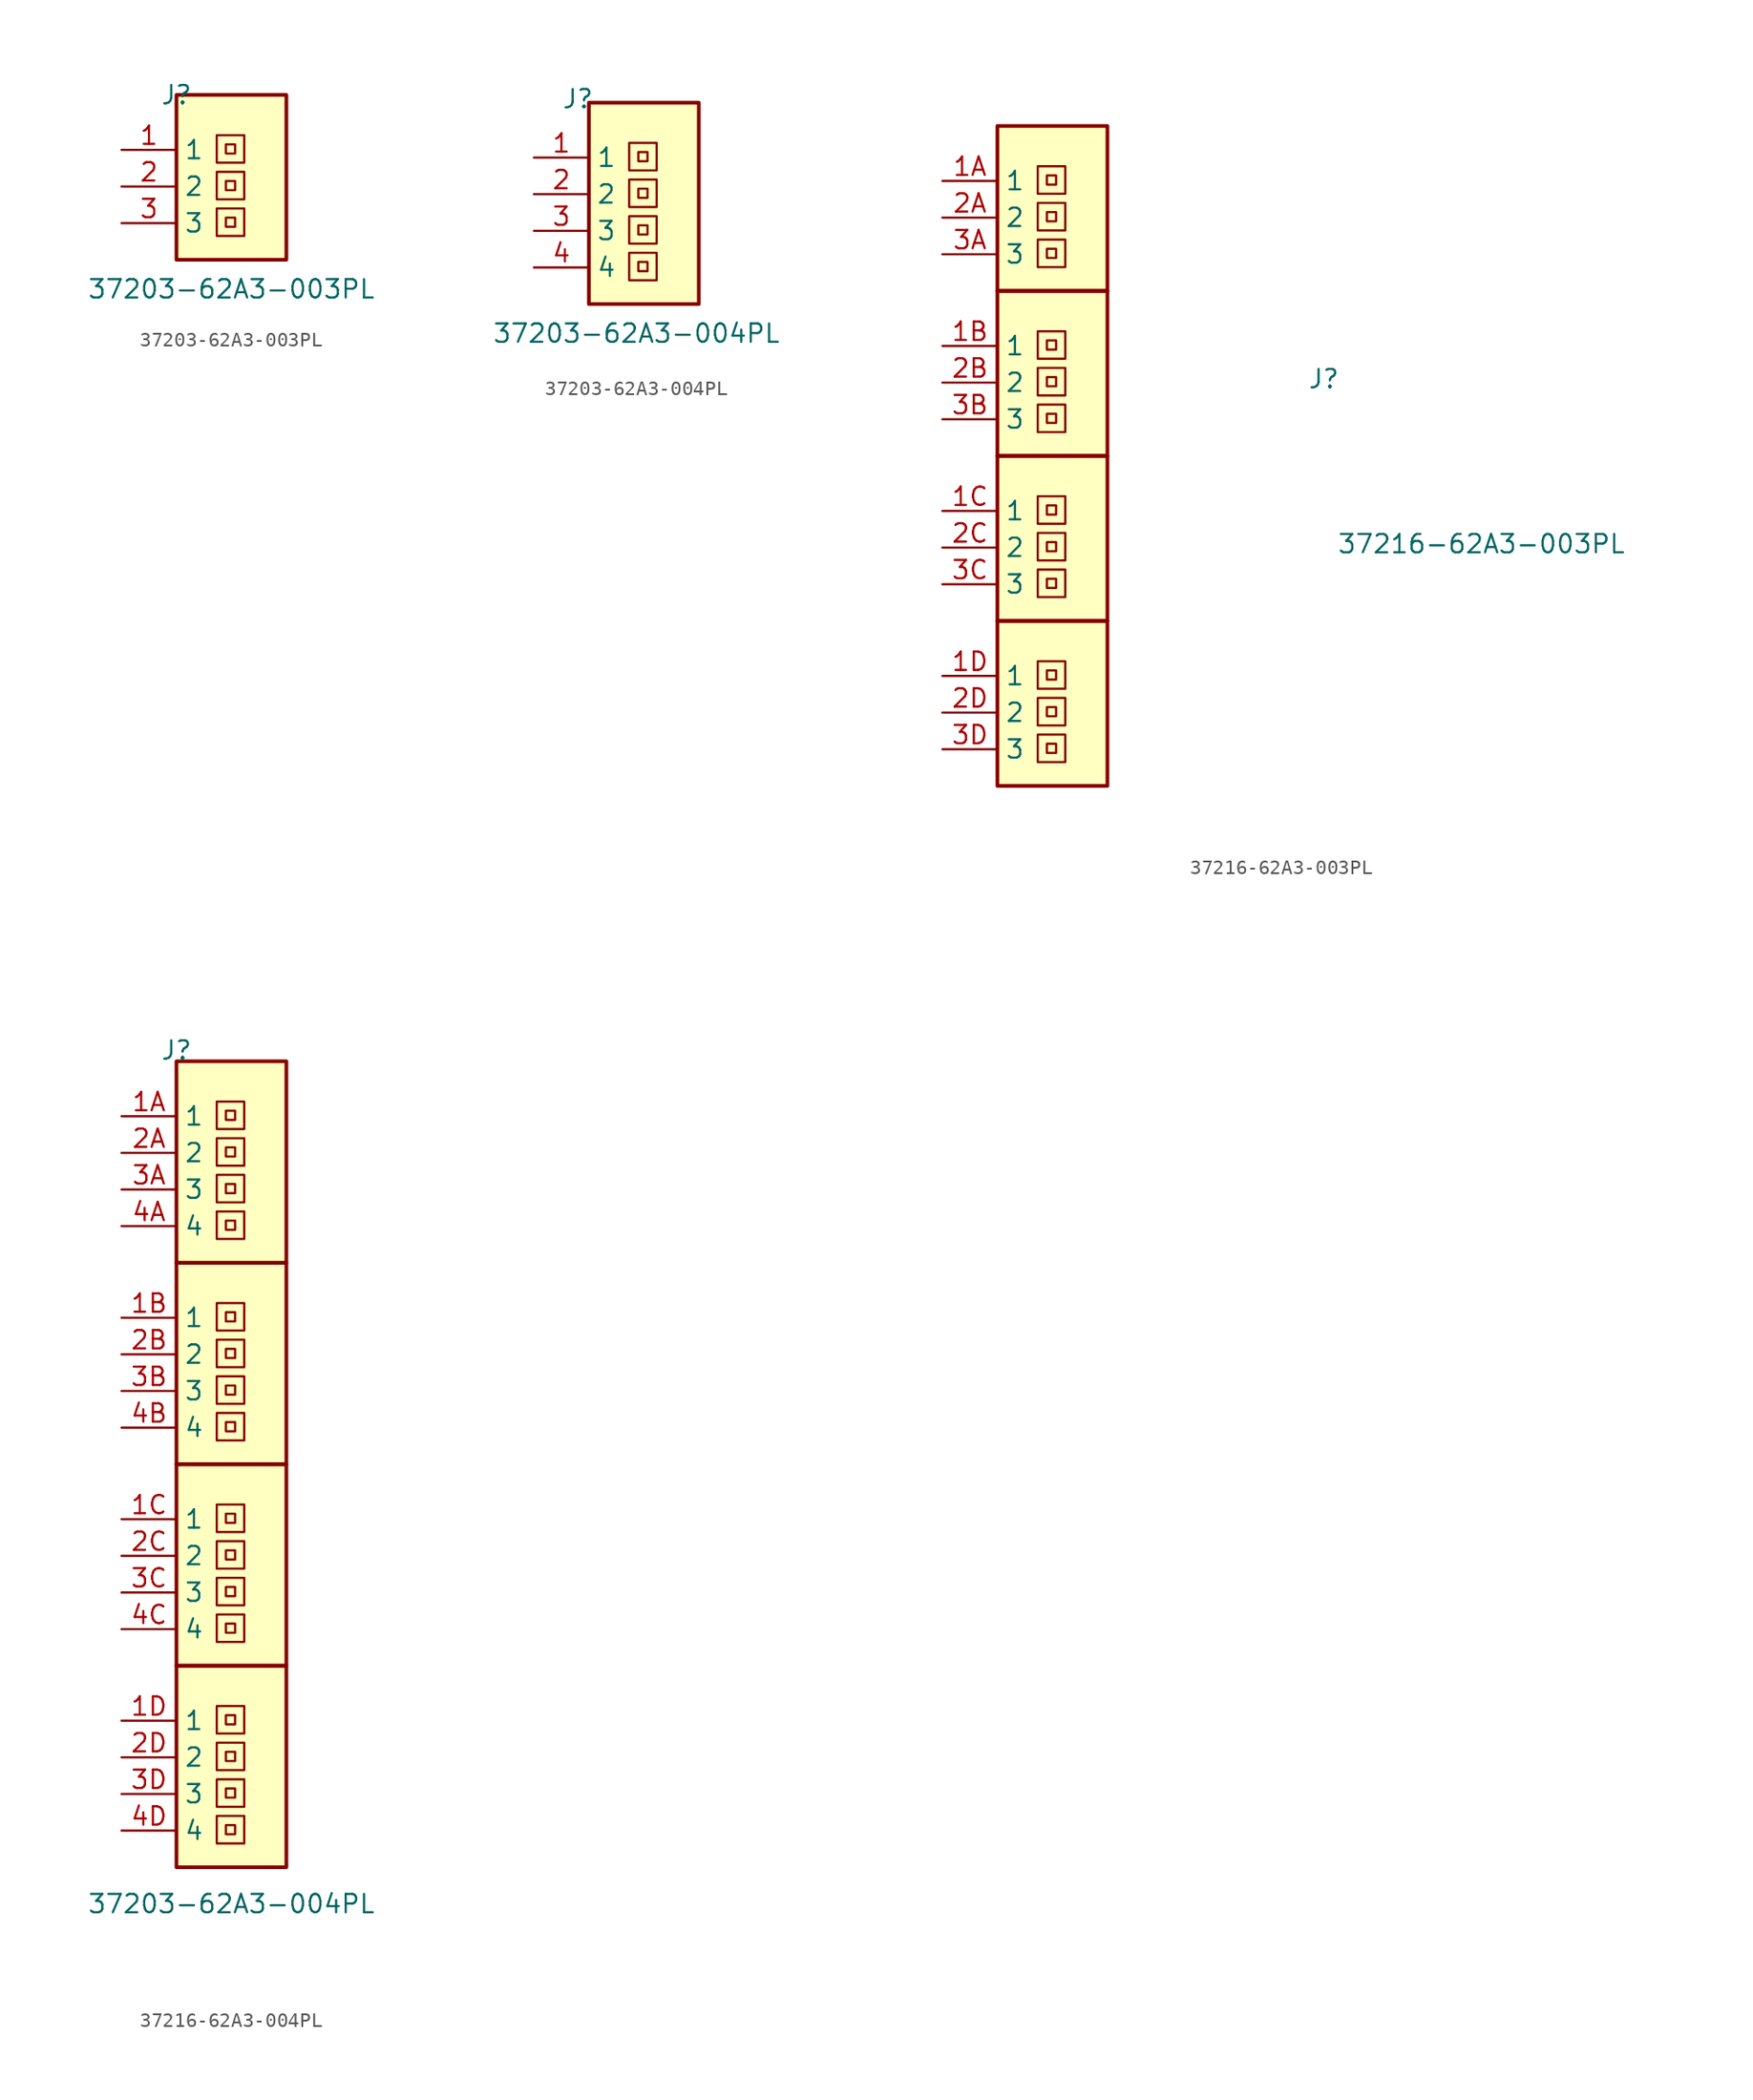
<source format=kicad_sym>
(kicad_symbol_lib
  (version 20231120)
  (generator "kicad_symbol_editor")
  (generator_version "8.0")
  (symbol "37203-62A3-003PL"
    (property "Reference" "J"
      (at -3.81 6.35 0)
      (effects (font (size 1.27 1.27))))
    (property "Value" "37203-62A3-003PL"
      (at 0 -7.112 0)
      (effects (font (size 1.27 1.27))))
    (symbol "37203-62A3-003PL_0_1"
      (rectangle (start -1.016 -1.524) (end 0.889 -3.429) (stroke (width 0) (type default)) (fill (type none)))
      (rectangle (start -1.016 1.016) (end 0.889 -0.889) (stroke (width 0) (type default)) (fill (type none)))
      (rectangle (start -1.016 3.556) (end 0.889 1.651) (stroke (width 0) (type default)) (fill (type none)))
      (rectangle (start -0.381 -2.159) (end 0.254 -2.794) (stroke (width 0) (type default)) (fill (type none)))
      (rectangle (start -0.381 0.381) (end 0.254 -0.254) (stroke (width 0) (type default)) (fill (type none)))
      (rectangle (start -0.381 2.921) (end 0.254 2.286) (stroke (width 0) (type default)) (fill (type none))))
    (symbol "37203-62A3-003PL_1_1"
      (rectangle (start -3.81 6.35) (end 3.81 -5.08) (stroke (width 0.254) (type default)) (fill (type background)))
      (pin passive line (at -7.62 2.54 0) (length 3.81) (name "1" (effects (font (size 1.27 1.27)))) (number "1" (effects (font (size 1.27 1.27)))))
      (pin passive line (at -7.62 0 0) (length 3.81) (name "2" (effects (font (size 1.27 1.27)))) (number "2" (effects (font (size 1.27 1.27)))))
      (pin passive line (at -7.62 -2.54 0) (length 3.81) (name "3" (effects (font (size 1.27 1.27)))) (number "3" (effects (font (size 1.27 1.27)))))))
  (symbol "37203-62A3-004PL"
    (property "Reference" "J"
      (at -4.572 7.874 0)
      (effects (font (size 1.27 1.27))))
    (property "Value" "37203-62A3-004PL"
      (at -0.508 -8.382 0)
      (effects (font (size 1.27 1.27))))
    (symbol "37203-62A3-004PL_0_1"
      (rectangle (start -1.016 -2.794) (end 0.889 -4.699) (stroke (width 0) (type default)) (fill (type none)))
      (rectangle (start -1.016 -0.254) (end 0.889 -2.159) (stroke (width 0) (type default)) (fill (type none)))
      (rectangle (start -1.016 2.286) (end 0.889 0.381) (stroke (width 0) (type default)) (fill (type none)))
      (rectangle (start -1.016 4.826) (end 0.889 2.921) (stroke (width 0) (type default)) (fill (type none)))
      (rectangle (start -0.381 -3.429) (end 0.254 -4.064) (stroke (width 0) (type default)) (fill (type none)))
      (rectangle (start -0.381 -0.889) (end 0.254 -1.524) (stroke (width 0) (type default)) (fill (type none)))
      (rectangle (start -0.381 1.651) (end 0.254 1.016) (stroke (width 0) (type default)) (fill (type none)))
      (rectangle (start -0.381 4.191) (end 0.254 3.556) (stroke (width 0) (type default)) (fill (type none))))
    (symbol "37203-62A3-004PL_1_1"
      (rectangle (start -3.81 7.62) (end 3.81 -6.35) (stroke (width 0.254) (type default)) (fill (type background)))
      (pin passive line (at -7.62 3.81 0) (length 3.81) (name "1" (effects (font (size 1.27 1.27)))) (number "1" (effects (font (size 1.27 1.27)))))
      (pin passive line (at -7.62 1.27 0) (length 3.81) (name "2" (effects (font (size 1.27 1.27)))) (number "2" (effects (font (size 1.27 1.27)))))
      (pin passive line (at -7.62 -1.27 0) (length 3.81) (name "3" (effects (font (size 1.27 1.27)))) (number "3" (effects (font (size 1.27 1.27)))))
      (pin passive line (at -7.62 -3.81 0) (length 3.81) (name "4" (effects (font (size 1.27 1.27)))) (number "4" (effects (font (size 1.27 1.27)))))))
  (symbol "37216-62A3-003PL"
    (property "Reference" "J"
      (at 18.796 5.334 0)
      (effects (font (size 1.27 1.27))))
    (property "Value" "37216-62A3-003PL"
      (at 29.718 -6.096 0)
      (effects (font (size 1.27 1.27))))
    (symbol "37216-62A3-003PL_0_1"
      (rectangle (start -1.016 -19.304) (end 0.889 -21.209) (stroke (width 0) (type default)) (fill (type none)))
      (rectangle (start -1.016 -16.764) (end 0.889 -18.669) (stroke (width 0) (type default)) (fill (type none)))
      (rectangle (start -1.016 -14.224) (end 0.889 -16.129) (stroke (width 0) (type default)) (fill (type none)))
      (rectangle (start -1.016 -7.874) (end 0.889 -9.779) (stroke (width 0) (type default)) (fill (type none)))
      (rectangle (start -1.016 -5.334) (end 0.889 -7.239) (stroke (width 0) (type default)) (fill (type none)))
      (rectangle (start -1.016 -2.794) (end 0.889 -4.699) (stroke (width 0) (type default)) (fill (type none)))
      (rectangle (start -1.016 3.556) (end 0.889 1.651) (stroke (width 0) (type default)) (fill (type none)))
      (rectangle (start -1.016 6.096) (end 0.889 4.191) (stroke (width 0) (type default)) (fill (type none)))
      (rectangle (start -1.016 8.636) (end 0.889 6.731) (stroke (width 0) (type default)) (fill (type none)))
      (rectangle (start -1.016 14.986) (end 0.889 13.081) (stroke (width 0) (type default)) (fill (type none)))
      (rectangle (start -1.016 17.526) (end 0.889 15.621) (stroke (width 0) (type default)) (fill (type none)))
      (rectangle (start -1.016 20.066) (end 0.889 18.161) (stroke (width 0) (type default)) (fill (type none)))
      (rectangle (start -0.381 -19.939) (end 0.254 -20.574) (stroke (width 0) (type default)) (fill (type none)))
      (rectangle (start -0.381 -17.399) (end 0.254 -18.034) (stroke (width 0) (type default)) (fill (type none)))
      (rectangle (start -0.381 -14.859) (end 0.254 -15.494) (stroke (width 0) (type default)) (fill (type none)))
      (rectangle (start -0.381 -8.509) (end 0.254 -9.144) (stroke (width 0) (type default)) (fill (type none)))
      (rectangle (start -0.381 -5.969) (end 0.254 -6.604) (stroke (width 0) (type default)) (fill (type none)))
      (rectangle (start -0.381 -3.429) (end 0.254 -4.064) (stroke (width 0) (type default)) (fill (type none)))
      (rectangle (start -0.381 2.921) (end 0.254 2.286) (stroke (width 0) (type default)) (fill (type none)))
      (rectangle (start -0.381 5.461) (end 0.254 4.826) (stroke (width 0) (type default)) (fill (type none)))
      (rectangle (start -0.381 8.001) (end 0.254 7.366) (stroke (width 0) (type default)) (fill (type none)))
      (rectangle (start -0.381 14.351) (end 0.254 13.716) (stroke (width 0) (type default)) (fill (type none)))
      (rectangle (start -0.381 16.891) (end 0.254 16.256) (stroke (width 0) (type default)) (fill (type none)))
      (rectangle (start -0.381 19.431) (end 0.254 18.796) (stroke (width 0) (type default)) (fill (type none))))
    (symbol "37216-62A3-003PL_1_1"
      (rectangle (start -3.81 -11.43) (end 3.81 -22.86) (stroke (width 0.254) (type default)) (fill (type background)))
      (rectangle (start -3.81 0) (end 3.81 -11.43) (stroke (width 0.254) (type default)) (fill (type background)))
      (rectangle (start -3.81 11.43) (end 3.81 0) (stroke (width 0.254) (type default)) (fill (type background)))
      (rectangle (start -3.81 22.86) (end 3.81 11.43) (stroke (width 0.254) (type default)) (fill (type background)))
      (pin passive line (at -7.62 19.05 0) (length 3.81) (name "1" (effects (font (size 1.27 1.27)))) (number "1A" (effects (font (size 1.27 1.27)))))
      (pin passive line (at -7.62 7.62 0) (length 3.81) (name "1" (effects (font (size 1.27 1.27)))) (number "1B" (effects (font (size 1.27 1.27)))))
      (pin passive line (at -7.62 -3.81 0) (length 3.81) (name "1" (effects (font (size 1.27 1.27)))) (number "1C" (effects (font (size 1.27 1.27)))))
      (pin passive line (at -7.62 -15.24 0) (length 3.81) (name "1" (effects (font (size 1.27 1.27)))) (number "1D" (effects (font (size 1.27 1.27)))))
      (pin passive line (at -7.62 16.51 0) (length 3.81) (name "2" (effects (font (size 1.27 1.27)))) (number "2A" (effects (font (size 1.27 1.27)))))
      (pin passive line (at -7.62 5.08 0) (length 3.81) (name "2" (effects (font (size 1.27 1.27)))) (number "2B" (effects (font (size 1.27 1.27)))))
      (pin passive line (at -7.62 -6.35 0) (length 3.81) (name "2" (effects (font (size 1.27 1.27)))) (number "2C" (effects (font (size 1.27 1.27)))))
      (pin passive line (at -7.62 -17.78 0) (length 3.81) (name "2" (effects (font (size 1.27 1.27)))) (number "2D" (effects (font (size 1.27 1.27)))))
      (pin passive line (at -7.62 13.97 0) (length 3.81) (name "3" (effects (font (size 1.27 1.27)))) (number "3A" (effects (font (size 1.27 1.27)))))
      (pin passive line (at -7.62 2.54 0) (length 3.81) (name "3" (effects (font (size 1.27 1.27)))) (number "3B" (effects (font (size 1.27 1.27)))))
      (pin passive line (at -7.62 -8.89 0) (length 3.81) (name "3" (effects (font (size 1.27 1.27)))) (number "3C" (effects (font (size 1.27 1.27)))))
      (pin passive line (at -7.62 -20.32 0) (length 3.81) (name "3" (effects (font (size 1.27 1.27)))) (number "3D" (effects (font (size 1.27 1.27)))))))
  (symbol "37216-62A3-004PL"
    (property "Reference" "J"
      (at -3.81 28.702 0)
      (effects (font (size 1.27 1.27))))
    (property "Value" "37203-62A3-004PL"
      (at 0 -30.48 0)
      (effects (font (size 1.27 1.27))))
    (symbol "37216-62A3-004PL_0_1"
      (rectangle (start -1.016 -24.384) (end 0.889 -26.289) (stroke (width 0) (type default)) (fill (type none)))
      (rectangle (start -1.016 -21.844) (end 0.889 -23.749) (stroke (width 0) (type default)) (fill (type none)))
      (rectangle (start -1.016 -19.304) (end 0.889 -21.209) (stroke (width 0) (type default)) (fill (type none)))
      (rectangle (start -1.016 -16.764) (end 0.889 -18.669) (stroke (width 0) (type default)) (fill (type none)))
      (rectangle (start -1.016 -10.414) (end 0.889 -12.319) (stroke (width 0) (type default)) (fill (type none)))
      (rectangle (start -1.016 -7.874) (end 0.889 -9.779) (stroke (width 0) (type default)) (fill (type none)))
      (rectangle (start -1.016 -5.334) (end 0.889 -7.239) (stroke (width 0) (type default)) (fill (type none)))
      (rectangle (start -1.016 -2.794) (end 0.889 -4.699) (stroke (width 0) (type default)) (fill (type none)))
      (rectangle (start -1.016 3.556) (end 0.889 1.651) (stroke (width 0) (type default)) (fill (type none)))
      (rectangle (start -1.016 6.096) (end 0.889 4.191) (stroke (width 0) (type default)) (fill (type none)))
      (rectangle (start -1.016 8.636) (end 0.889 6.731) (stroke (width 0) (type default)) (fill (type none)))
      (rectangle (start -1.016 11.176) (end 0.889 9.271) (stroke (width 0) (type default)) (fill (type none)))
      (rectangle (start -1.016 17.526) (end 0.889 15.621) (stroke (width 0) (type default)) (fill (type none)))
      (rectangle (start -1.016 20.066) (end 0.889 18.161) (stroke (width 0) (type default)) (fill (type none)))
      (rectangle (start -1.016 22.606) (end 0.889 20.701) (stroke (width 0) (type default)) (fill (type none)))
      (rectangle (start -1.016 25.146) (end 0.889 23.241) (stroke (width 0) (type default)) (fill (type none)))
      (rectangle (start -0.381 -25.019) (end 0.254 -25.654) (stroke (width 0) (type default)) (fill (type none)))
      (rectangle (start -0.381 -22.479) (end 0.254 -23.114) (stroke (width 0) (type default)) (fill (type none)))
      (rectangle (start -0.381 -19.939) (end 0.254 -20.574) (stroke (width 0) (type default)) (fill (type none)))
      (rectangle (start -0.381 -17.399) (end 0.254 -18.034) (stroke (width 0) (type default)) (fill (type none)))
      (rectangle (start -0.381 -11.049) (end 0.254 -11.684) (stroke (width 0) (type default)) (fill (type none)))
      (rectangle (start -0.381 -8.509) (end 0.254 -9.144) (stroke (width 0) (type default)) (fill (type none)))
      (rectangle (start -0.381 -5.969) (end 0.254 -6.604) (stroke (width 0) (type default)) (fill (type none)))
      (rectangle (start -0.381 -3.429) (end 0.254 -4.064) (stroke (width 0) (type default)) (fill (type none)))
      (rectangle (start -0.381 2.921) (end 0.254 2.286) (stroke (width 0) (type default)) (fill (type none)))
      (rectangle (start -0.381 5.461) (end 0.254 4.826) (stroke (width 0) (type default)) (fill (type none)))
      (rectangle (start -0.381 8.001) (end 0.254 7.366) (stroke (width 0) (type default)) (fill (type none)))
      (rectangle (start -0.381 10.541) (end 0.254 9.906) (stroke (width 0) (type default)) (fill (type none)))
      (rectangle (start -0.381 16.891) (end 0.254 16.256) (stroke (width 0) (type default)) (fill (type none)))
      (rectangle (start -0.381 19.431) (end 0.254 18.796) (stroke (width 0) (type default)) (fill (type none)))
      (rectangle (start -0.381 21.971) (end 0.254 21.336) (stroke (width 0) (type default)) (fill (type none)))
      (rectangle (start -0.381 24.511) (end 0.254 23.876) (stroke (width 0) (type default)) (fill (type none))))
    (symbol "37216-62A3-004PL_1_1"
      (rectangle (start -3.81 -13.97) (end 3.81 -27.94) (stroke (width 0.254) (type default)) (fill (type background)))
      (rectangle (start -3.81 0) (end 3.81 -13.97) (stroke (width 0.254) (type default)) (fill (type background)))
      (rectangle (start -3.81 13.97) (end 3.81 0) (stroke (width 0.254) (type default)) (fill (type background)))
      (rectangle (start -3.81 27.94) (end 3.81 13.97) (stroke (width 0.254) (type default)) (fill (type background)))
      (pin passive line (at -7.62 24.13 0) (length 3.81) (name "1" (effects (font (size 1.27 1.27)))) (number "1A" (effects (font (size 1.27 1.27)))))
      (pin passive line (at -7.62 10.16 0) (length 3.81) (name "1" (effects (font (size 1.27 1.27)))) (number "1B" (effects (font (size 1.27 1.27)))))
      (pin passive line (at -7.62 -3.81 0) (length 3.81) (name "1" (effects (font (size 1.27 1.27)))) (number "1C" (effects (font (size 1.27 1.27)))))
      (pin passive line (at -7.62 -17.78 0) (length 3.81) (name "1" (effects (font (size 1.27 1.27)))) (number "1D" (effects (font (size 1.27 1.27)))))
      (pin passive line (at -7.62 21.59 0) (length 3.81) (name "2" (effects (font (size 1.27 1.27)))) (number "2A" (effects (font (size 1.27 1.27)))))
      (pin passive line (at -7.62 7.62 0) (length 3.81) (name "2" (effects (font (size 1.27 1.27)))) (number "2B" (effects (font (size 1.27 1.27)))))
      (pin passive line (at -7.62 -6.35 0) (length 3.81) (name "2" (effects (font (size 1.27 1.27)))) (number "2C" (effects (font (size 1.27 1.27)))))
      (pin passive line (at -7.62 -20.32 0) (length 3.81) (name "2" (effects (font (size 1.27 1.27)))) (number "2D" (effects (font (size 1.27 1.27)))))
      (pin passive line (at -7.62 19.05 0) (length 3.81) (name "3" (effects (font (size 1.27 1.27)))) (number "3A" (effects (font (size 1.27 1.27)))))
      (pin passive line (at -7.62 5.08 0) (length 3.81) (name "3" (effects (font (size 1.27 1.27)))) (number "3B" (effects (font (size 1.27 1.27)))))
      (pin passive line (at -7.62 -8.89 0) (length 3.81) (name "3" (effects (font (size 1.27 1.27)))) (number "3C" (effects (font (size 1.27 1.27)))))
      (pin passive line (at -7.62 -22.86 0) (length 3.81) (name "3" (effects (font (size 1.27 1.27)))) (number "3D" (effects (font (size 1.27 1.27)))))
      (pin passive line (at -7.62 16.51 0) (length 3.81) (name "4" (effects (font (size 1.27 1.27)))) (number "4A" (effects (font (size 1.27 1.27)))))
      (pin passive line (at -7.62 2.54 0) (length 3.81) (name "4" (effects (font (size 1.27 1.27)))) (number "4B" (effects (font (size 1.27 1.27)))))
      (pin passive line (at -7.62 -11.43 0) (length 3.81) (name "4" (effects (font (size 1.27 1.27)))) (number "4C" (effects (font (size 1.27 1.27)))))
      (pin passive line (at -7.62 -25.4 0) (length 3.81) (name "4" (effects (font (size 1.27 1.27)))) (number "4D" (effects (font (size 1.27 1.27))))))))
</source>
